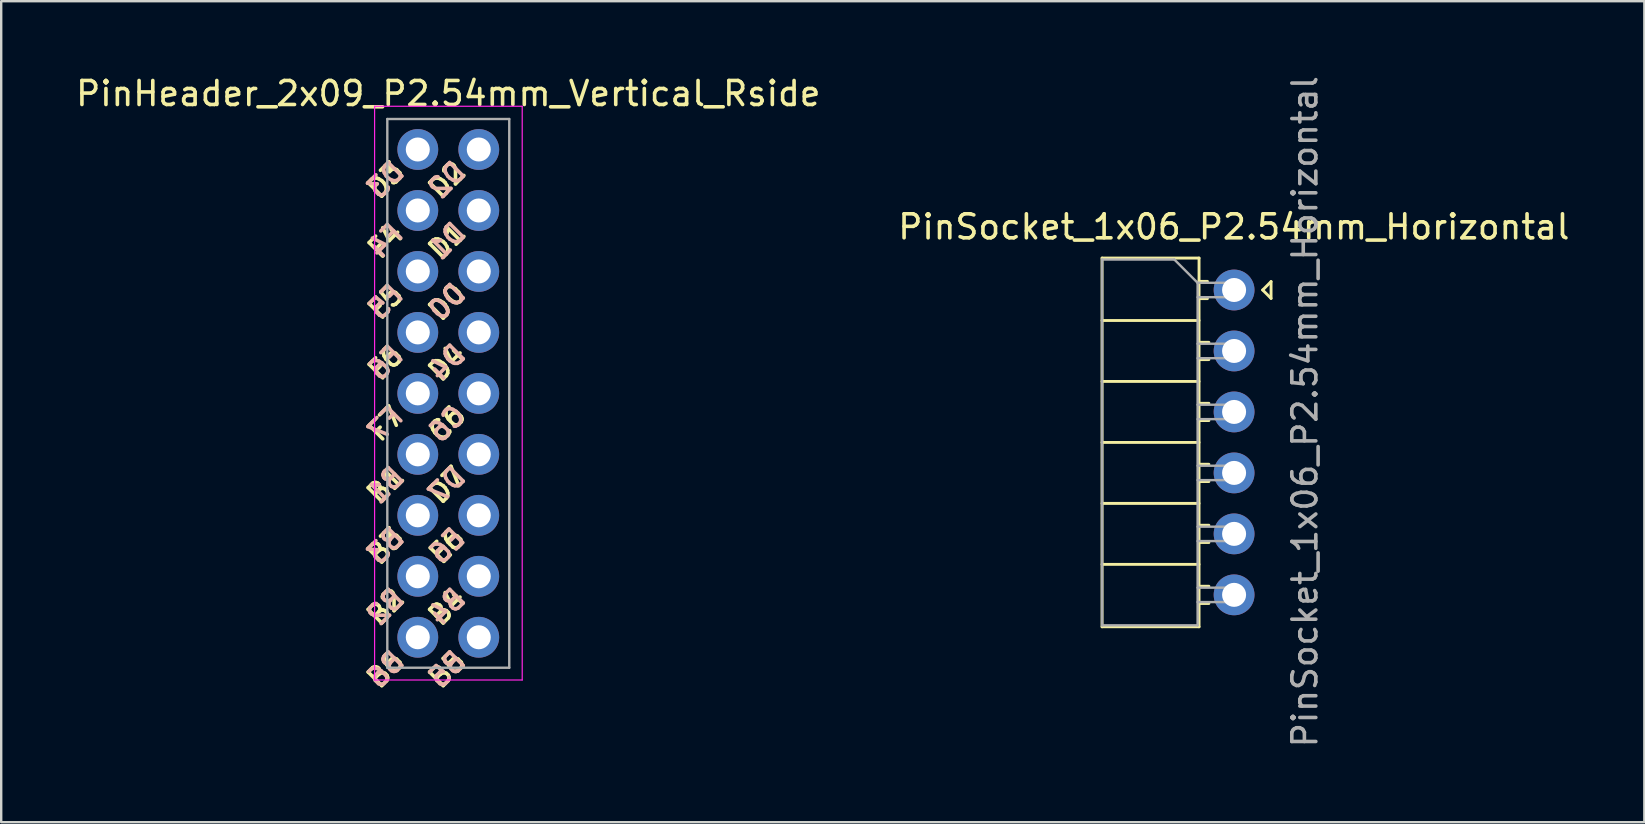
<source format=kicad_pcb>
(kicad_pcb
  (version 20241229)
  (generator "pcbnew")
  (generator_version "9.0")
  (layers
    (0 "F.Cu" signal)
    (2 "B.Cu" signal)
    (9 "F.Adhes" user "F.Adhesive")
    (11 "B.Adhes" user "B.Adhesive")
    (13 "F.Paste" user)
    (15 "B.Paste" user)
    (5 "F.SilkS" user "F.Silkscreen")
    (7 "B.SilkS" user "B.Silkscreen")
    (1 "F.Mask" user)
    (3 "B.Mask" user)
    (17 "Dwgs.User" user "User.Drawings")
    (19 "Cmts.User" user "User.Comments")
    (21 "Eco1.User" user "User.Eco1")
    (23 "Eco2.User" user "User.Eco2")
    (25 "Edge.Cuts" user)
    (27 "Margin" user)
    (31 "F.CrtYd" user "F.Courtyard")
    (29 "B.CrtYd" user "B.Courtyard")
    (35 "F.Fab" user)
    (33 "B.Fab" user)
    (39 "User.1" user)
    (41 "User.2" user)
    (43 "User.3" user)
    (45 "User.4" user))
  (footprint "PinHeader_2x09_P2.54mm_Vertical_Rside"
    (layer "F.Cu")
    (at 14.355 3.178)
    (property "Reference" "PinHeader_2x09_P2.54mm_Vertical_Rside" (at 1.27 -2.33 0) (layer "F.SilkS") (effects (font (size 1 1) (thickness 0.15))))
    (attr through_hole)
    (fp_line (start -1.8 -1.8) (end -1.8 22.1) (stroke (width 0.05) (type solid)) (layer "F.CrtYd"))
    (fp_line (start -1.8 22.1) (end 4.35 22.1) (stroke (width 0.05) (type solid)) (layer "F.CrtYd"))
    (fp_line (start 4.35 -1.8) (end -1.8 -1.8) (stroke (width 0.05) (type solid)) (layer "F.CrtYd"))
    (fp_line (start 4.35 22.1) (end 4.35 -1.8) (stroke (width 0.05) (type solid)) (layer "F.CrtYd"))
    (fp_line (start -1.27 -1.27) (end 3.81 -1.27) (stroke (width 0.1) (type solid)) (layer "F.Fab"))
    (fp_line (start -1.27 21.59) (end -1.27 -1.27) (stroke (width 0.1) (type solid)) (layer "F.Fab"))
    (fp_line (start 3.81 -1.27) (end 3.81 21.59) (stroke (width 0.1) (type solid)) (layer "F.Fab"))
    (fp_line (start 3.81 21.59) (end -1.27 21.59) (stroke (width 0.1) (type solid)) (layer "F.Fab"))
    (fp_text user "B4" (at 1.22 19.05 45) (unlocked yes) (layer "F.SilkS") (effects (font (size 0.8 0.8) (thickness 0.15))))
    (fp_text user "D0" (at 1.22 6.35 45) (unlocked yes) (layer "F.SilkS") (effects (font (size 0.8 0.8) (thickness 0.15))))
    (fp_text user "D2" (at 1.22 1.27 45) (unlocked yes) (layer "F.SilkS") (effects (font (size 0.8 0.8) (thickness 0.15))))
    (fp_text user "D7" (at 1.22 13.98 45) (unlocked yes) (layer "F.SilkS") (effects (font (size 0.8 0.8) (thickness 0.15))))
    (fp_text user "D3" (at -1.34 1.27 45) (unlocked yes) (layer "F.SilkS") (effects (font (size 0.8 0.8) (thickness 0.15))))
    (fp_text user "F4" (at -1.34 3.81 45) (unlocked yes) (layer "F.SilkS") (effects (font (size 0.8 0.8) (thickness 0.15))))
    (fp_text user "F6" (at -1.34 8.88 45) (unlocked yes) (layer "F.SilkS") (effects (font (size 0.8 0.8) (thickness 0.15))))
    (fp_text user "B6" (at -1.34 21.66 45) (unlocked yes) (layer "F.SilkS") (effects (font (size 0.8 0.8) (thickness 0.15))))
    (fp_text user "B2" (at -1.34 19.05 45) (unlocked yes) (layer "F.SilkS") (effects (font (size 0.8 0.8) (thickness 0.15))))
    (fp_text user "E6" (at 1.22 16.51 45) (unlocked yes) (layer "F.SilkS") (effects (font (size 0.8 0.8) (thickness 0.15))))
    (fp_text user "D4" (at 1.22 8.88 45) (unlocked yes) (layer "F.SilkS") (effects (font (size 0.8 0.8) (thickness 0.15))))
    (fp_text user "C6" (at 1.22 11.42 45) (unlocked yes) (layer "F.SilkS") (effects (font (size 0.8 0.8) (thickness 0.15))))
    (fp_text user "B1" (at -1.34 13.98 45) (unlocked yes) (layer "F.SilkS") (effects (font (size 0.8 0.8) (thickness 0.15))))
    (fp_text user "F7" (at -1.34 11.42 45) (unlocked yes) (layer "F.SilkS") (effects (font (size 0.8 0.8) (thickness 0.15))))
    (fp_text user "D1" (at 1.22 3.81 45) (unlocked yes) (layer "F.SilkS") (effects (font (size 0.8 0.8) (thickness 0.15))))
    (fp_text user "B5" (at 1.22 21.66 45) (unlocked yes) (layer "F.SilkS") (effects (font (size 0.8 0.8) (thickness 0.15))))
    (fp_text user "B3" (at -1.34 16.51 45) (unlocked yes) (layer "F.SilkS") (effects (font (size 0.8 0.8) (thickness 0.15))))
    (fp_text user "F5" (at -1.34 6.35 45) (unlocked yes) (layer "F.SilkS") (effects (font (size 0.8 0.8) (thickness 0.15))))
    (fp_text user "D4" (at 1.22 8.88 45) (unlocked yes) (layer "B.SilkS") (effects (font (size 0.8 0.8) (thickness 0.15)) (justify mirror)))
    (fp_text user "B1" (at -1.34 13.98 45) (unlocked yes) (layer "B.SilkS") (effects (font (size 0.8 0.8) (thickness 0.15)) (justify mirror)))
    (fp_text user "B3" (at -1.34 16.51 45) (unlocked yes) (layer "B.SilkS") (effects (font (size 0.8 0.8) (thickness 0.15)) (justify mirror)))
    (fp_text user "E6" (at 1.22 16.51 45) (unlocked yes) (layer "B.SilkS") (effects (font (size 0.8 0.8) (thickness 0.15)) (justify mirror)))
    (fp_text user "D2" (at 1.22 1.27 45) (unlocked yes) (layer "B.SilkS") (effects (font (size 0.8 0.8) (thickness 0.15)) (justify mirror)))
    (fp_text user "D3" (at -1.34 1.27 45) (unlocked yes) (layer "B.SilkS") (effects (font (size 0.8 0.8) (thickness 0.15)) (justify mirror)))
    (fp_text user "F5" (at -1.34 6.35 45) (unlocked yes) (layer "B.SilkS") (effects (font (size 0.8 0.8) (thickness 0.15)) (justify mirror)))
    (fp_text user "B2" (at -1.34 19.05 45) (unlocked yes) (layer "B.SilkS") (effects (font (size 0.8 0.8) (thickness 0.15)) (justify mirror)))
    (fp_text user "B6" (at -1.34 21.66 45) (unlocked yes) (layer "B.SilkS") (effects (font (size 0.8 0.8) (thickness 0.15)) (justify mirror)))
    (fp_text user "D7" (at 1.22 13.98 45) (unlocked yes) (layer "B.SilkS") (effects (font (size 0.8 0.8) (thickness 0.15)) (justify mirror)))
    (fp_text user "B4" (at 1.22 19.05 45) (unlocked yes) (layer "B.SilkS") (effects (font (size 0.8 0.8) (thickness 0.15)) (justify mirror)))
    (fp_text user "F6" (at -1.34 8.88 45) (unlocked yes) (layer "B.SilkS") (effects (font (size 0.8 0.8) (thickness 0.15)) (justify mirror)))
    (fp_text user "D1" (at 1.22 3.81 45) (unlocked yes) (layer "B.SilkS") (effects (font (size 0.8 0.8) (thickness 0.15)) (justify mirror)))
    (fp_text user "B5" (at 1.22 21.66 45) (unlocked yes) (layer "B.SilkS") (effects (font (size 0.8 0.8) (thickness 0.15)) (justify mirror)))
    (fp_text user "F4" (at -1.34 3.81 45) (unlocked yes) (layer "B.SilkS") (effects (font (size 0.8 0.8) (thickness 0.15)) (justify mirror)))
    (fp_text user "C6" (at 1.22 11.42 45) (unlocked yes) (layer "B.SilkS") (effects (font (size 0.8 0.8) (thickness 0.15)) (justify mirror)))
    (fp_text user "F7" (at -1.34 11.42 45) (unlocked yes) (layer "B.SilkS") (effects (font (size 0.8 0.8) (thickness 0.15)) (justify mirror)))
    (fp_text user "D0" (at 1.22 6.35 45) (unlocked yes) (layer "B.SilkS") (effects (font (size 0.8 0.8) (thickness 0.15)) (justify mirror)))
    (pad "1" thru_hole oval (at 2.54 0) (size 1.7 1.7) (drill 1) (layers "*.Cu" "*.Mask"))
    (pad "2" thru_hole oval (at 2.54 2.54) (size 1.7 1.7) (drill 1) (layers "*.Cu" "*.Mask"))
    (pad "3" thru_hole oval (at 2.54 5.08) (size 1.7 1.7) (drill 1) (layers "*.Cu" "*.Mask"))
    (pad "4" thru_hole oval (at 2.54 7.62) (size 1.7 1.7) (drill 1) (layers "*.Cu" "*.Mask"))
    (pad "5" thru_hole oval (at 2.54 10.16) (size 1.7 1.7) (drill 1) (layers "*.Cu" "*.Mask"))
    (pad "6" thru_hole oval (at 2.54 12.7) (size 1.7 1.7) (drill 1) (layers "*.Cu" "*.Mask"))
    (pad "7" thru_hole oval (at 2.54 15.24) (size 1.7 1.7) (drill 1) (layers "*.Cu" "*.Mask"))
    (pad "8" thru_hole oval (at 2.54 17.78) (size 1.7 1.7) (drill 1) (layers "*.Cu" "*.Mask"))
    (pad "9" thru_hole oval (at 2.54 20.32) (size 1.7 1.7) (drill 1) (layers "*.Cu" "*.Mask"))
    (pad "10" thru_hole circle (at 0 0) (size 1.7 1.7) (drill 1) (layers "*.Cu" "*.Mask"))
    (pad "11" thru_hole oval (at 0 2.54) (size 1.7 1.7) (drill 1) (layers "*.Cu" "*.Mask"))
    (pad "12" thru_hole oval (at 0 5.08) (size 1.7 1.7) (drill 1) (layers "*.Cu" "*.Mask"))
    (pad "13" thru_hole oval (at 0 7.62) (size 1.7 1.7) (drill 1) (layers "*.Cu" "*.Mask"))
    (pad "14" thru_hole oval (at 0 10.16) (size 1.7 1.7) (drill 1) (layers "*.Cu" "*.Mask"))
    (pad "15" thru_hole oval (at 0 12.7) (size 1.7 1.7) (drill 1) (layers "*.Cu" "*.Mask"))
    (pad "16" thru_hole oval (at 0 15.24) (size 1.7 1.7) (drill 1) (layers "*.Cu" "*.Mask"))
    (pad "17" thru_hole oval (at 0 17.78) (size 1.7 1.7) (drill 1) (layers "*.Cu" "*.Mask"))
    (pad "18" thru_hole oval (at 0 20.32) (size 1.7 1.7) (drill 1) (layers "*.Cu" "*.Mask")))
  (footprint "PinSocket_1x06_P2.54mm_Horizontal"
    (layer "F.Cu")
    (at 48.361 9.031)
    (property "Reference" "PinSocket_1x06_P2.54mm_Horizontal" (at -0.01 -2.63 180) (layer "F.SilkS") (effects (font (size 1 1) (thickness 0.15))))
    (attr through_hole)
    (fp_line (start -5.5 -1.33) (end -5.5 14.03) (stroke (width 0.12) (type solid)) (layer "F.SilkS"))
    (fp_line (start -5.5 -1.33) (end -1.46 -1.33) (stroke (width 0.12) (type solid)) (layer "F.SilkS"))
    (fp_line (start -5.5 1.27) (end -1.46 1.27) (stroke (width 0.12) (type solid)) (layer "F.SilkS"))
    (fp_line (start -5.5 3.81) (end -1.46 3.81) (stroke (width 0.12) (type solid)) (layer "F.SilkS"))
    (fp_line (start -5.5 6.35) (end -1.46 6.35) (stroke (width 0.12) (type solid)) (layer "F.SilkS"))
    (fp_line (start -5.5 8.89) (end -1.46 8.89) (stroke (width 0.12) (type solid)) (layer "F.SilkS"))
    (fp_line (start -5.5 11.43) (end -1.46 11.43) (stroke (width 0.12) (type solid)) (layer "F.SilkS"))
    (fp_line (start -5.5 14.03) (end -1.46 14.03) (stroke (width 0.12) (type solid)) (layer "F.SilkS"))
    (fp_line (start -1.46 -1.33) (end -1.46 14.03) (stroke (width 0.12) (type solid)) (layer "F.SilkS"))
    (fp_line (start -1.46 -0.36) (end -1.11 -0.36) (stroke (width 0.12) (type solid)) (layer "F.SilkS"))
    (fp_line (start -1.46 0.36) (end -1.11 0.36) (stroke (width 0.12) (type solid)) (layer "F.SilkS"))
    (fp_line (start -1.46 2.18) (end -1.05 2.18) (stroke (width 0.12) (type solid)) (layer "F.SilkS"))
    (fp_line (start -1.46 2.9) (end -1.05 2.9) (stroke (width 0.12) (type solid)) (layer "F.SilkS"))
    (fp_line (start -1.46 4.72) (end -1.05 4.72) (stroke (width 0.12) (type solid)) (layer "F.SilkS"))
    (fp_line (start -1.46 5.44) (end -1.05 5.44) (stroke (width 0.12) (type solid)) (layer "F.SilkS"))
    (fp_line (start -1.46 7.26) (end -1.05 7.26) (stroke (width 0.12) (type solid)) (layer "F.SilkS"))
    (fp_line (start -1.46 7.98) (end -1.05 7.98) (stroke (width 0.12) (type solid)) (layer "F.SilkS"))
    (fp_line (start -1.46 9.8) (end -1.05 9.8) (stroke (width 0.12) (type solid)) (layer "F.SilkS"))
    (fp_line (start -1.46 10.52) (end -1.05 10.52) (stroke (width 0.12) (type solid)) (layer "F.SilkS"))
    (fp_line (start -1.46 12.34) (end -1.05 12.34) (stroke (width 0.12) (type solid)) (layer "F.SilkS"))
    (fp_line (start -1.46 13.06) (end -1.05 13.06) (stroke (width 0.12) (type solid)) (layer "F.SilkS"))
    (fp_line (start 1.54 -0.35) (end 1.19 0) (stroke (width 0.12) (type default)) (layer "F.SilkS"))
    (fp_line (start 1.54 -0.35) (end 1.54 0.35) (stroke (width 0.12) (type default)) (layer "F.SilkS"))
    (fp_line (start 1.54 0.35) (end 1.19 0) (stroke (width 0.12) (type default)) (layer "F.SilkS"))
    (fp_line (start -5.5 -1.27) (end -2.49 -1.27) (stroke (width 0.1) (type solid)) (layer "F.Fab"))
    (fp_line (start -5.5 13.97) (end -5.5 -1.27) (stroke (width 0.1) (type solid)) (layer "F.Fab"))
    (fp_line (start -2.49 -1.27) (end -1.52 -0.3) (stroke (width 0.1) (type solid)) (layer "F.Fab"))
    (fp_line (start -1.52 -0.3) (end -1.52 13.97) (stroke (width 0.1) (type solid)) (layer "F.Fab"))
    (fp_line (start -1.52 0.3) (end 0 0.3) (stroke (width 0.1) (type solid)) (layer "F.Fab"))
    (fp_line (start -1.52 2.84) (end 0 2.84) (stroke (width 0.1) (type solid)) (layer "F.Fab"))
    (fp_line (start -1.52 5.38) (end 0 5.38) (stroke (width 0.1) (type solid)) (layer "F.Fab"))
    (fp_line (start -1.52 7.92) (end 0 7.92) (stroke (width 0.1) (type solid)) (layer "F.Fab"))
    (fp_line (start -1.52 10.46) (end 0 10.46) (stroke (width 0.1) (type solid)) (layer "F.Fab"))
    (fp_line (start -1.52 13) (end 0 13) (stroke (width 0.1) (type solid)) (layer "F.Fab"))
    (fp_line (start -1.52 13.97) (end -5.5 13.97) (stroke (width 0.1) (type solid)) (layer "F.Fab"))
    (fp_line (start 0 -0.3) (end -1.52 -0.3) (stroke (width 0.1) (type solid)) (layer "F.Fab"))
    (fp_line (start 0 0.3) (end 0 -0.3) (stroke (width 0.1) (type solid)) (layer "F.Fab"))
    (fp_line (start 0 2.24) (end -1.52 2.24) (stroke (width 0.1) (type solid)) (layer "F.Fab"))
    (fp_line (start 0 2.84) (end 0 2.24) (stroke (width 0.1) (type solid)) (layer "F.Fab"))
    (fp_line (start 0 4.78) (end -1.52 4.78) (stroke (width 0.1) (type solid)) (layer "F.Fab"))
    (fp_line (start 0 5.38) (end 0 4.78) (stroke (width 0.1) (type solid)) (layer "F.Fab"))
    (fp_line (start 0 7.32) (end -1.52 7.32) (stroke (width 0.1) (type solid)) (layer "F.Fab"))
    (fp_line (start 0 7.92) (end 0 7.32) (stroke (width 0.1) (type solid)) (layer "F.Fab"))
    (fp_line (start 0 9.86) (end -1.52 9.86) (stroke (width 0.1) (type solid)) (layer "F.Fab"))
    (fp_line (start 0 10.46) (end 0 9.86) (stroke (width 0.1) (type solid)) (layer "F.Fab"))
    (fp_line (start 0 12.4) (end -1.52 12.4) (stroke (width 0.1) (type solid)) (layer "F.Fab"))
    (fp_line (start 0 13) (end 0 12.4) (stroke (width 0.1) (type solid)) (layer "F.Fab"))
    (fp_text user "${REFERENCE}" (at 2.95 5.07 90) (layer "F.Fab") (effects (font (size 1 1) (thickness 0.15))))
    (pad "1" thru_hole circle (at 0 0) (size 1.7 1.7) (drill 1) (layers "*.Cu" "*.Mask"))
    (pad "2" thru_hole oval (at 0 2.54) (size 1.7 1.7) (drill 1) (layers "*.Cu" "*.Mask"))
    (pad "3" thru_hole oval (at 0 5.08) (size 1.7 1.7) (drill 1) (layers "*.Cu" "*.Mask"))
    (pad "4" thru_hole oval (at 0 7.62) (size 1.7 1.7) (drill 1) (layers "*.Cu" "*.Mask"))
    (pad "5" thru_hole oval (at 0 10.16) (size 1.7 1.7) (drill 1) (layers "*.Cu" "*.Mask"))
    (pad "6" thru_hole oval (at 0 12.7) (size 1.7 1.7) (drill 1) (layers "*.Cu" "*.Mask")))
  (gr_rect
    (start -3 -3)
    (end 65.452 31.202)
    (stroke (width 0.1) (type default))
    (fill no)
    (layer "Edge.Cuts")))
</source>
